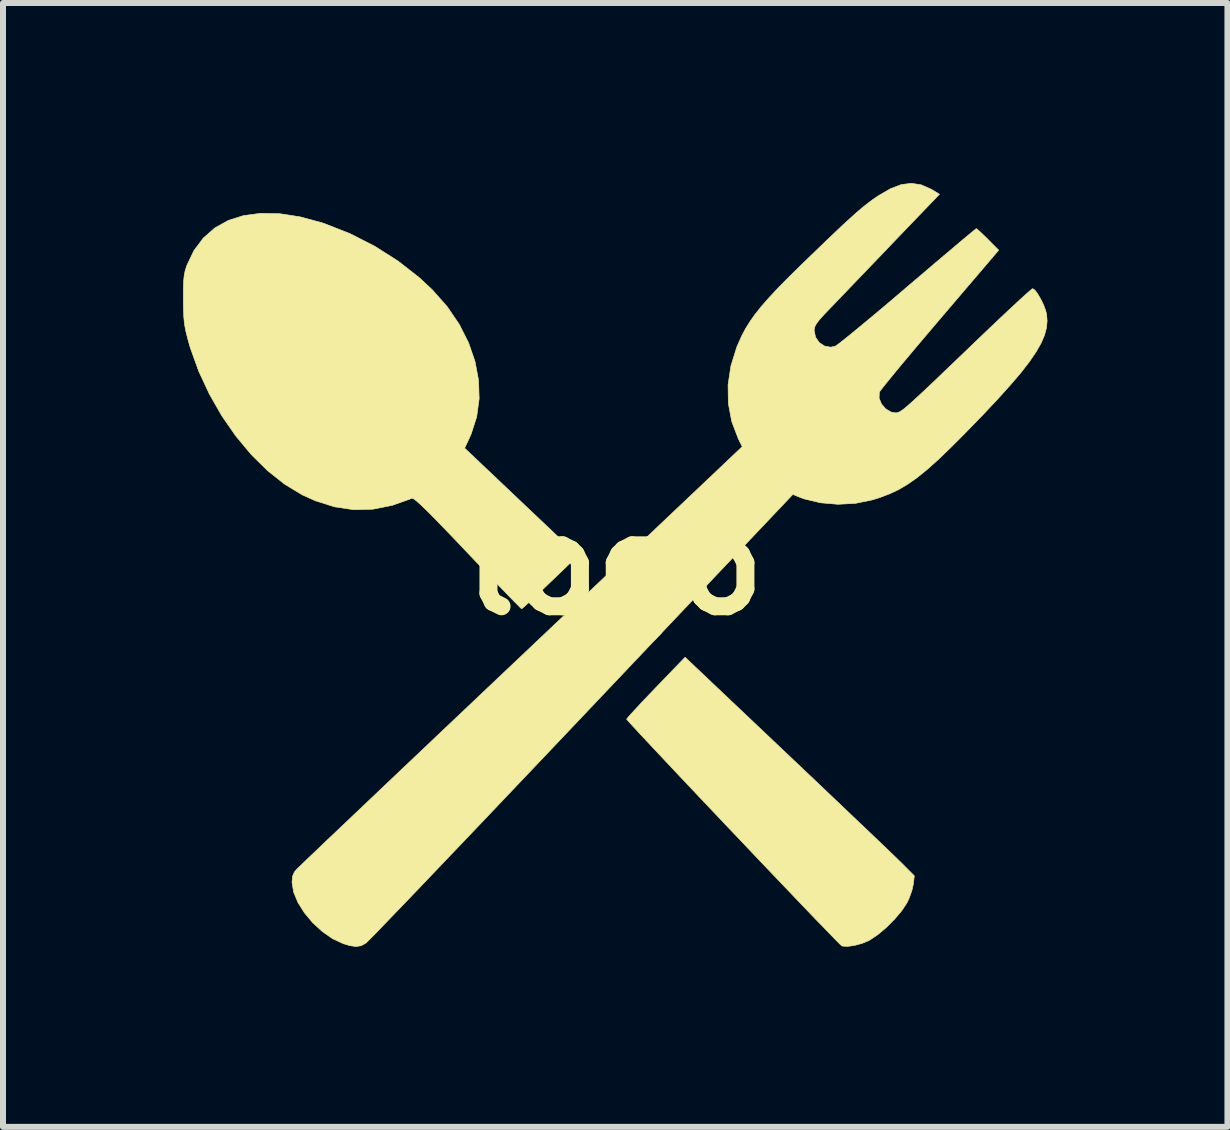
<source format=kicad_pcb>
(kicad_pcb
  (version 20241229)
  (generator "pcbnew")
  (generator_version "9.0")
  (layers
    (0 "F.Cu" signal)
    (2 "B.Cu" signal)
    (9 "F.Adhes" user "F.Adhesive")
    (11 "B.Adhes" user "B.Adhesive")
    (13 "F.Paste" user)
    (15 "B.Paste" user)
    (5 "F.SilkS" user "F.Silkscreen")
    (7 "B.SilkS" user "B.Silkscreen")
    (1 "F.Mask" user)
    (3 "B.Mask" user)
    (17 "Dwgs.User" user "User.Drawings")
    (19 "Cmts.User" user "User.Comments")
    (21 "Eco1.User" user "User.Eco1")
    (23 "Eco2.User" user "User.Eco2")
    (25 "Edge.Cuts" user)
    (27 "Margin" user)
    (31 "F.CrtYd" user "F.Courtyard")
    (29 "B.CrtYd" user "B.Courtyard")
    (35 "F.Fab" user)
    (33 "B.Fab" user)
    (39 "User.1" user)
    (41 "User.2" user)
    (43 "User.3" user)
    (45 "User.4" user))
  (footprint "logo"
    (layer "F.Cu")
    (at 7.195 6.364)
    (property "Reference" "logo" (at 0 0 0) (layer "F.SilkS") (effects (font (size 1.524 1.524) (thickness 0.3))))
    (attr through_hole)
    (fp_poly (pts (xy 2.874 3.152) (xy 3.14 3.404) (xy 3.398 3.649) (xy 3.645 3.884) (xy 3.877 4.105) (xy 4.091 4.309) (xy 4.284 4.492) (xy 4.451 4.652) (xy 4.589 4.784) (xy 4.695 4.886) (xy 4.765 4.955) (xy 4.784 4.973) (xy 4.992 5.182) (xy 4.975 5.323) (xy 4.952 5.426) (xy 4.909 5.546) (xy 4.87 5.631) (xy 4.785 5.76) (xy 4.666 5.901) (xy 4.528 6.04) (xy 4.385 6.161) (xy 4.253 6.25) (xy 4.229 6.263) (xy 4.119 6.308) (xy 3.999 6.341) (xy 3.887 6.357) (xy 3.802 6.354) (xy 3.782 6.347) (xy 3.757 6.325) (xy 3.697 6.265) (xy 3.606 6.171) (xy 3.486 6.047) (xy 3.34 5.897) (xy 3.173 5.723) (xy 2.988 5.529) (xy 2.787 5.318) (xy 2.574 5.095) (xy 2.353 4.863) (xy 2.127 4.624) (xy 1.898 4.384) (xy 1.671 4.144) (xy 1.448 3.909) (xy 1.234 3.682) (xy 1.03 3.466) (xy 0.842 3.266) (xy 0.671 3.084) (xy 0.521 2.924) (xy 0.396 2.79) (xy 0.298 2.684) (xy 0.232 2.611) (xy 0.2 2.574) (xy 0.198 2.571) (xy 0.217 2.545) (xy 0.27 2.485) (xy 0.352 2.396) (xy 0.457 2.283) (xy 0.58 2.154) (xy 0.685 2.044) (xy 1.172 1.539) (xy 2.874 3.152)) (stroke (width 0.01) (type solid)) (fill yes) (layer "F.SilkS"))
    (fp_poly (pts (xy -5.586 -5.853) (xy -5.247 -5.801) (xy -4.884 -5.703) (xy -4.836 -5.687) (xy -4.413 -5.521) (xy -4.001 -5.311) (xy -3.612 -5.064) (xy -3.257 -4.787) (xy -3.037 -4.581) (xy -2.791 -4.302) (xy -2.591 -4.008) (xy -2.437 -3.703) (xy -2.329 -3.391) (xy -2.27 -3.078) (xy -2.26 -2.769) (xy -2.301 -2.468) (xy -2.394 -2.179) (xy -2.419 -2.123) (xy -2.502 -1.946) (xy -1.557 -1.05) (xy -0.613 -0.155) (xy -1.074 0.288) (xy -1.207 0.415) (xy -1.326 0.528) (xy -1.426 0.621) (xy -1.501 0.689) (xy -1.544 0.726) (xy -1.552 0.731) (xy -1.574 0.712) (xy -1.631 0.655) (xy -1.719 0.566) (xy -1.833 0.448) (xy -1.971 0.305) (xy -2.127 0.141) (xy -2.299 -0.039) (xy -2.45 -0.198) (xy -2.673 -0.433) (xy -2.861 -0.628) (xy -3.015 -0.787) (xy -3.139 -0.911) (xy -3.234 -1.003) (xy -3.304 -1.065) (xy -3.35 -1.1) (xy -3.374 -1.11) (xy -3.377 -1.11) (xy -3.709 -0.992) (xy -4.033 -0.928) (xy -4.352 -0.92) (xy -4.671 -0.968) (xy -4.993 -1.07) (xy -5.21 -1.168) (xy -5.502 -1.345) (xy -5.787 -1.571) (xy -6.059 -1.84) (xy -6.315 -2.147) (xy -6.549 -2.485) (xy -6.756 -2.847) (xy -6.933 -3.227) (xy -7.074 -3.618) (xy -7.117 -3.77) (xy -7.149 -3.897) (xy -7.17 -4.011) (xy -7.182 -4.129) (xy -7.188 -4.27) (xy -7.19 -4.435) (xy -7.189 -4.604) (xy -7.185 -4.73) (xy -7.175 -4.826) (xy -7.159 -4.905) (xy -7.135 -4.98) (xy -7.133 -4.987) (xy -7.013 -5.239) (xy -6.856 -5.448) (xy -6.664 -5.616) (xy -6.44 -5.741) (xy -6.184 -5.822) (xy -5.899 -5.859) (xy -5.586 -5.853)) (stroke (width 0.01) (type solid)) (fill yes) (layer "F.SilkS"))
    (fp_poly (pts (xy 5.106 -6.334) (xy 5.271 -6.262) (xy 5.303 -6.243) (xy 5.411 -6.177) (xy 4.643 -5.377) (xy 4.461 -5.186) (xy 4.278 -4.996) (xy 4.103 -4.813) (xy 3.941 -4.644) (xy 3.799 -4.496) (xy 3.683 -4.375) (xy 3.6 -4.289) (xy 3.488 -4.172) (xy 3.41 -4.085) (xy 3.361 -4.021) (xy 3.335 -3.972) (xy 3.324 -3.928) (xy 3.323 -3.906) (xy 3.346 -3.794) (xy 3.408 -3.705) (xy 3.496 -3.647) (xy 3.599 -3.628) (xy 3.677 -3.646) (xy 3.714 -3.671) (xy 3.789 -3.729) (xy 3.898 -3.816) (xy 4.037 -3.93) (xy 4.201 -4.066) (xy 4.387 -4.221) (xy 4.589 -4.391) (xy 4.803 -4.573) (xy 4.884 -4.643) (xy 5.1 -4.826) (xy 5.302 -4.999) (xy 5.488 -5.156) (xy 5.653 -5.295) (xy 5.792 -5.413) (xy 5.903 -5.505) (xy 5.98 -5.569) (xy 6.021 -5.601) (xy 6.026 -5.604) (xy 6.051 -5.585) (xy 6.106 -5.535) (xy 6.181 -5.463) (xy 6.22 -5.424) (xy 6.398 -5.245) (xy 5.412 -4.089) (xy 5.225 -3.869) (xy 5.049 -3.661) (xy 4.887 -3.468) (xy 4.743 -3.296) (xy 4.621 -3.147) (xy 4.523 -3.027) (xy 4.453 -2.939) (xy 4.415 -2.888) (xy 4.409 -2.877) (xy 4.405 -2.78) (xy 4.444 -2.683) (xy 4.515 -2.6) (xy 4.606 -2.547) (xy 4.677 -2.534) (xy 4.698 -2.535) (xy 4.72 -2.54) (xy 4.746 -2.551) (xy 4.779 -2.571) (xy 4.823 -2.603) (xy 4.88 -2.651) (xy 4.954 -2.716) (xy 5.048 -2.803) (xy 5.166 -2.912) (xy 5.31 -3.048) (xy 5.483 -3.214) (xy 5.69 -3.412) (xy 5.932 -3.644) (xy 6.043 -3.751) (xy 6.23 -3.929) (xy 6.405 -4.095) (xy 6.563 -4.244) (xy 6.702 -4.373) (xy 6.815 -4.477) (xy 6.9 -4.553) (xy 6.951 -4.596) (xy 6.965 -4.604) (xy 7.001 -4.58) (xy 7.048 -4.517) (xy 7.099 -4.429) (xy 7.147 -4.331) (xy 7.182 -4.236) (xy 7.197 -4.174) (xy 7.205 -4.063) (xy 7.194 -3.948) (xy 7.161 -3.826) (xy 7.104 -3.694) (xy 7.021 -3.549) (xy 6.91 -3.386) (xy 6.768 -3.203) (xy 6.592 -2.997) (xy 6.382 -2.764) (xy 6.134 -2.5) (xy 5.845 -2.203) (xy 5.841 -2.198) (xy 5.602 -1.959) (xy 5.394 -1.758) (xy 5.208 -1.592) (xy 5.041 -1.456) (xy 4.884 -1.346) (xy 4.732 -1.256) (xy 4.579 -1.184) (xy 4.419 -1.123) (xy 4.294 -1.084) (xy 4.012 -1.026) (xy 3.719 -1.01) (xy 3.43 -1.035) (xy 3.16 -1.099) (xy 3.061 -1.136) (xy 2.968 -1.175) (xy -0.545 2.531) (xy -0.912 2.918) (xy -1.27 3.295) (xy -1.616 3.659) (xy -1.948 4.009) (xy -2.264 4.341) (xy -2.563 4.655) (xy -2.843 4.948) (xy -3.1 5.218) (xy -3.334 5.463) (xy -3.543 5.681) (xy -3.724 5.869) (xy -3.875 6.026) (xy -3.995 6.15) (xy -4.082 6.238) (xy -4.133 6.289) (xy -4.145 6.301) (xy -4.226 6.346) (xy -4.312 6.36) (xy -4.419 6.344) (xy -4.525 6.312) (xy -4.703 6.229) (xy -4.875 6.109) (xy -5.034 5.963) (xy -5.171 5.799) (xy -5.28 5.626) (xy -5.351 5.455) (xy -5.378 5.294) (xy -5.378 5.287) (xy -5.37 5.189) (xy -5.339 5.118) (xy -5.301 5.072) (xy -5.273 5.044) (xy -5.205 4.98) (xy -5.102 4.881) (xy -4.963 4.749) (xy -4.793 4.586) (xy -4.591 4.395) (xy -4.362 4.177) (xy -4.107 3.935) (xy -3.828 3.67) (xy -3.527 3.384) (xy -3.206 3.08) (xy -2.868 2.759) (xy -2.514 2.424) (xy -2.147 2.076) (xy -1.769 1.718) (xy -1.619 1.576) (xy -1.237 1.214) (xy -0.866 0.863) (xy -0.507 0.523) (xy -0.163 0.197) (xy 0.164 -0.113) (xy 0.473 -0.405) (xy 0.76 -0.678) (xy 1.024 -0.928) (xy 1.263 -1.154) (xy 1.475 -1.355) (xy 1.657 -1.527) (xy 1.807 -1.67) (xy 1.924 -1.781) (xy 2.005 -1.858) (xy 2.048 -1.898) (xy 2.054 -1.904) (xy 2.124 -1.97) (xy 2.058 -2.104) (xy 1.949 -2.39) (xy 1.893 -2.69) (xy 1.888 -3.001) (xy 1.936 -3.318) (xy 2.035 -3.635) (xy 2.115 -3.816) (xy 2.18 -3.938) (xy 2.254 -4.057) (xy 2.342 -4.181) (xy 2.448 -4.313) (xy 2.577 -4.46) (xy 2.733 -4.626) (xy 2.921 -4.816) (xy 3.146 -5.037) (xy 3.232 -5.12) (xy 3.453 -5.333) (xy 3.639 -5.511) (xy 3.794 -5.658) (xy 3.925 -5.778) (xy 4.035 -5.877) (xy 4.13 -5.957) (xy 4.215 -6.025) (xy 4.294 -6.084) (xy 4.372 -6.138) (xy 4.393 -6.152) (xy 4.594 -6.269) (xy 4.775 -6.338) (xy 4.943 -6.359) (xy 5.106 -6.334)) (stroke (width 0.01) (type solid)) (fill yes) (layer "F.SilkS")))
  (gr_rect
    (start -3 -3)
    (end 17.405 15.729)
    (stroke (width 0.1) (type default))
    (fill no)
    (layer "Edge.Cuts")))
</source>
